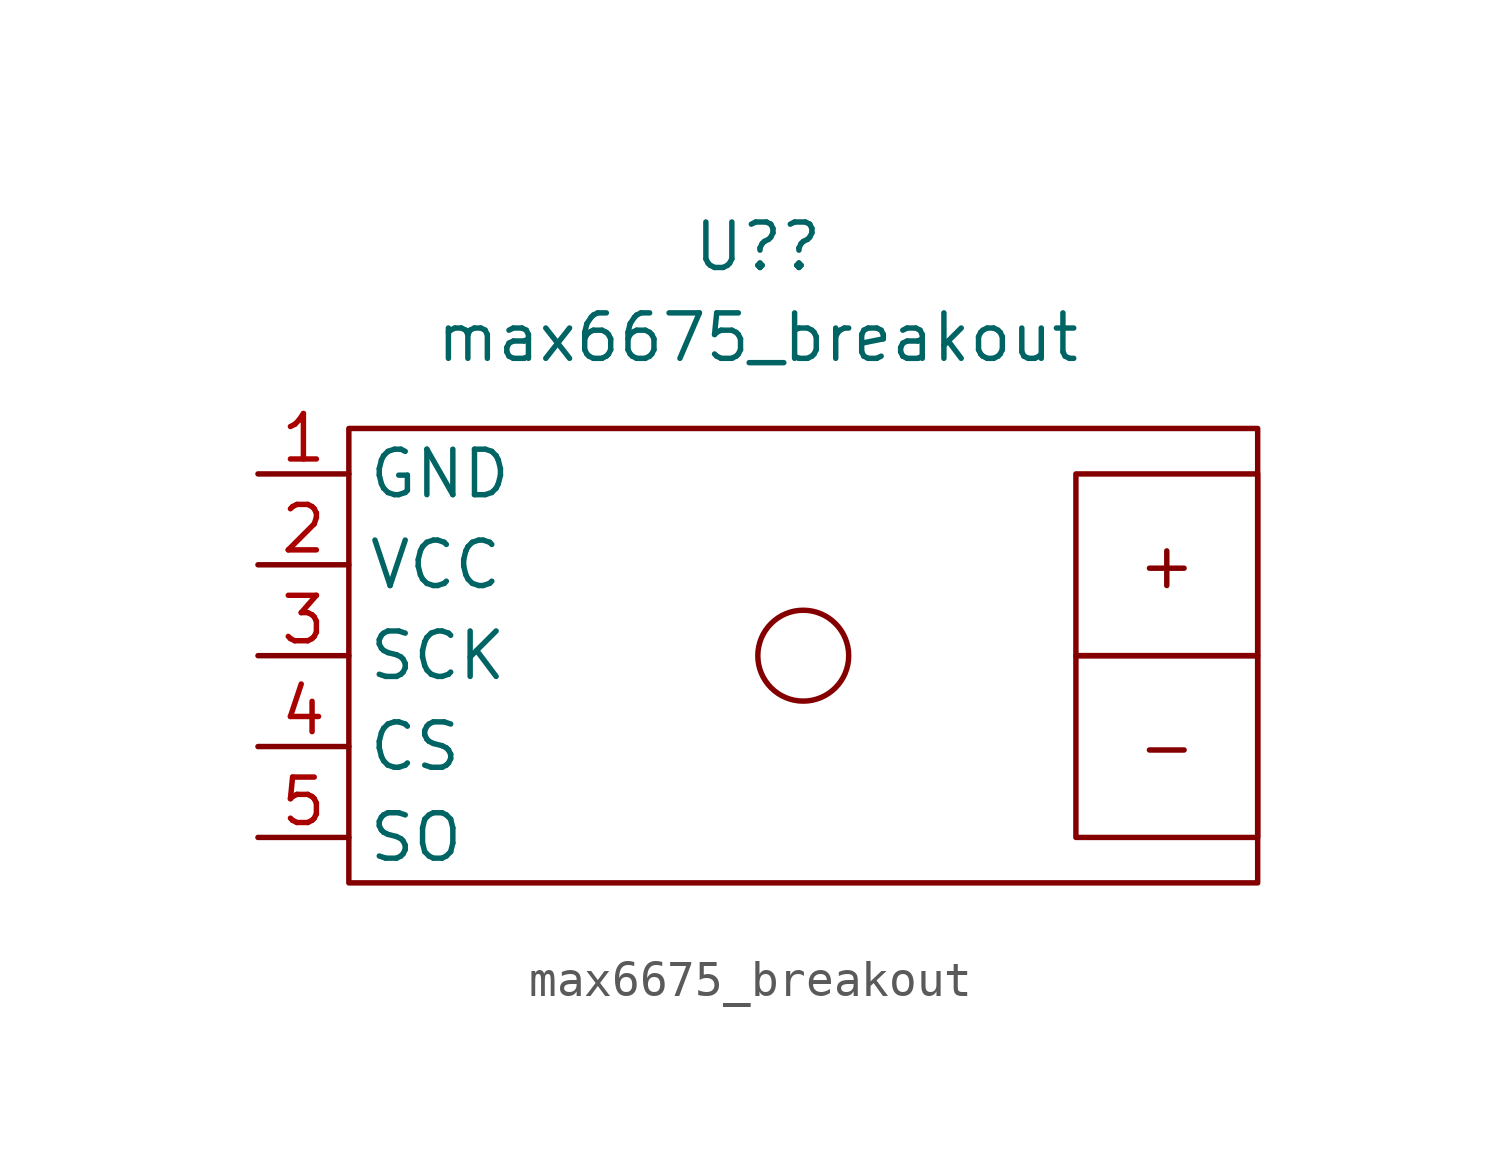
<source format=kicad_sym>
(kicad_symbol_lib
  (version 20211014)
  (generator kicad_symbol_editor)
  (symbol "max6675_breakout"
    (property "Reference" "U?"
      (at -1.27 11.43 0)
      (effects (font (size 1.27 1.27))))
    (property "Value" "max6675_breakout"
      (at -1.27 8.89 0)
      (effects (font (size 1.27 1.27))))
    (symbol "max6675_breakout_0_0"
      (text "+" (at 10.16 2.54 0) (effects (font (size 1.27 1.27))))
      (text "-" (at 10.16 -2.54 0) (effects (font (size 1.27 1.27)))))
    (symbol "max6675_breakout_0_1"
      (rectangle (start -12.7 6.35) (end 12.7 -6.35) (stroke (width 0) (type default) (color 0 0 0 0)) (fill (type none)))
      (circle (center 0 0) (radius 1.27) (stroke (width 0) (type default) (color 0 0 0 0)) (fill (type none)))
      (rectangle (start 7.62 5.08) (end 12.7 0) (stroke (width 0) (type default) (color 0 0 0 0)) (fill (type none)))
      (rectangle (start 12.7 -5.08) (end 7.62 0) (stroke (width 0) (type default) (color 0 0 0 0)) (fill (type none))))
    (symbol "max6675_breakout_1_1"
      (pin input line (at -15.24 5.08 0) (length 2.54) (name "GND" (effects (font (size 1.27 1.27)))) (number "1" (effects (font (size 1.27 1.27)))))
      (pin input line (at -15.24 2.54 0) (length 2.54) (name "VCC" (effects (font (size 1.27 1.27)))) (number "2" (effects (font (size 1.27 1.27)))))
      (pin input line (at -15.24 0 0) (length 2.54) (name "SCK" (effects (font (size 1.27 1.27)))) (number "3" (effects (font (size 1.27 1.27)))))
      (pin input line (at -15.24 -2.54 0) (length 2.54) (name "CS" (effects (font (size 1.27 1.27)))) (number "4" (effects (font (size 1.27 1.27)))))
      (pin input line (at -15.24 -5.08 0) (length 2.54) (name "SO" (effects (font (size 1.27 1.27)))) (number "5" (effects (font (size 1.27 1.27))))))))
</source>
